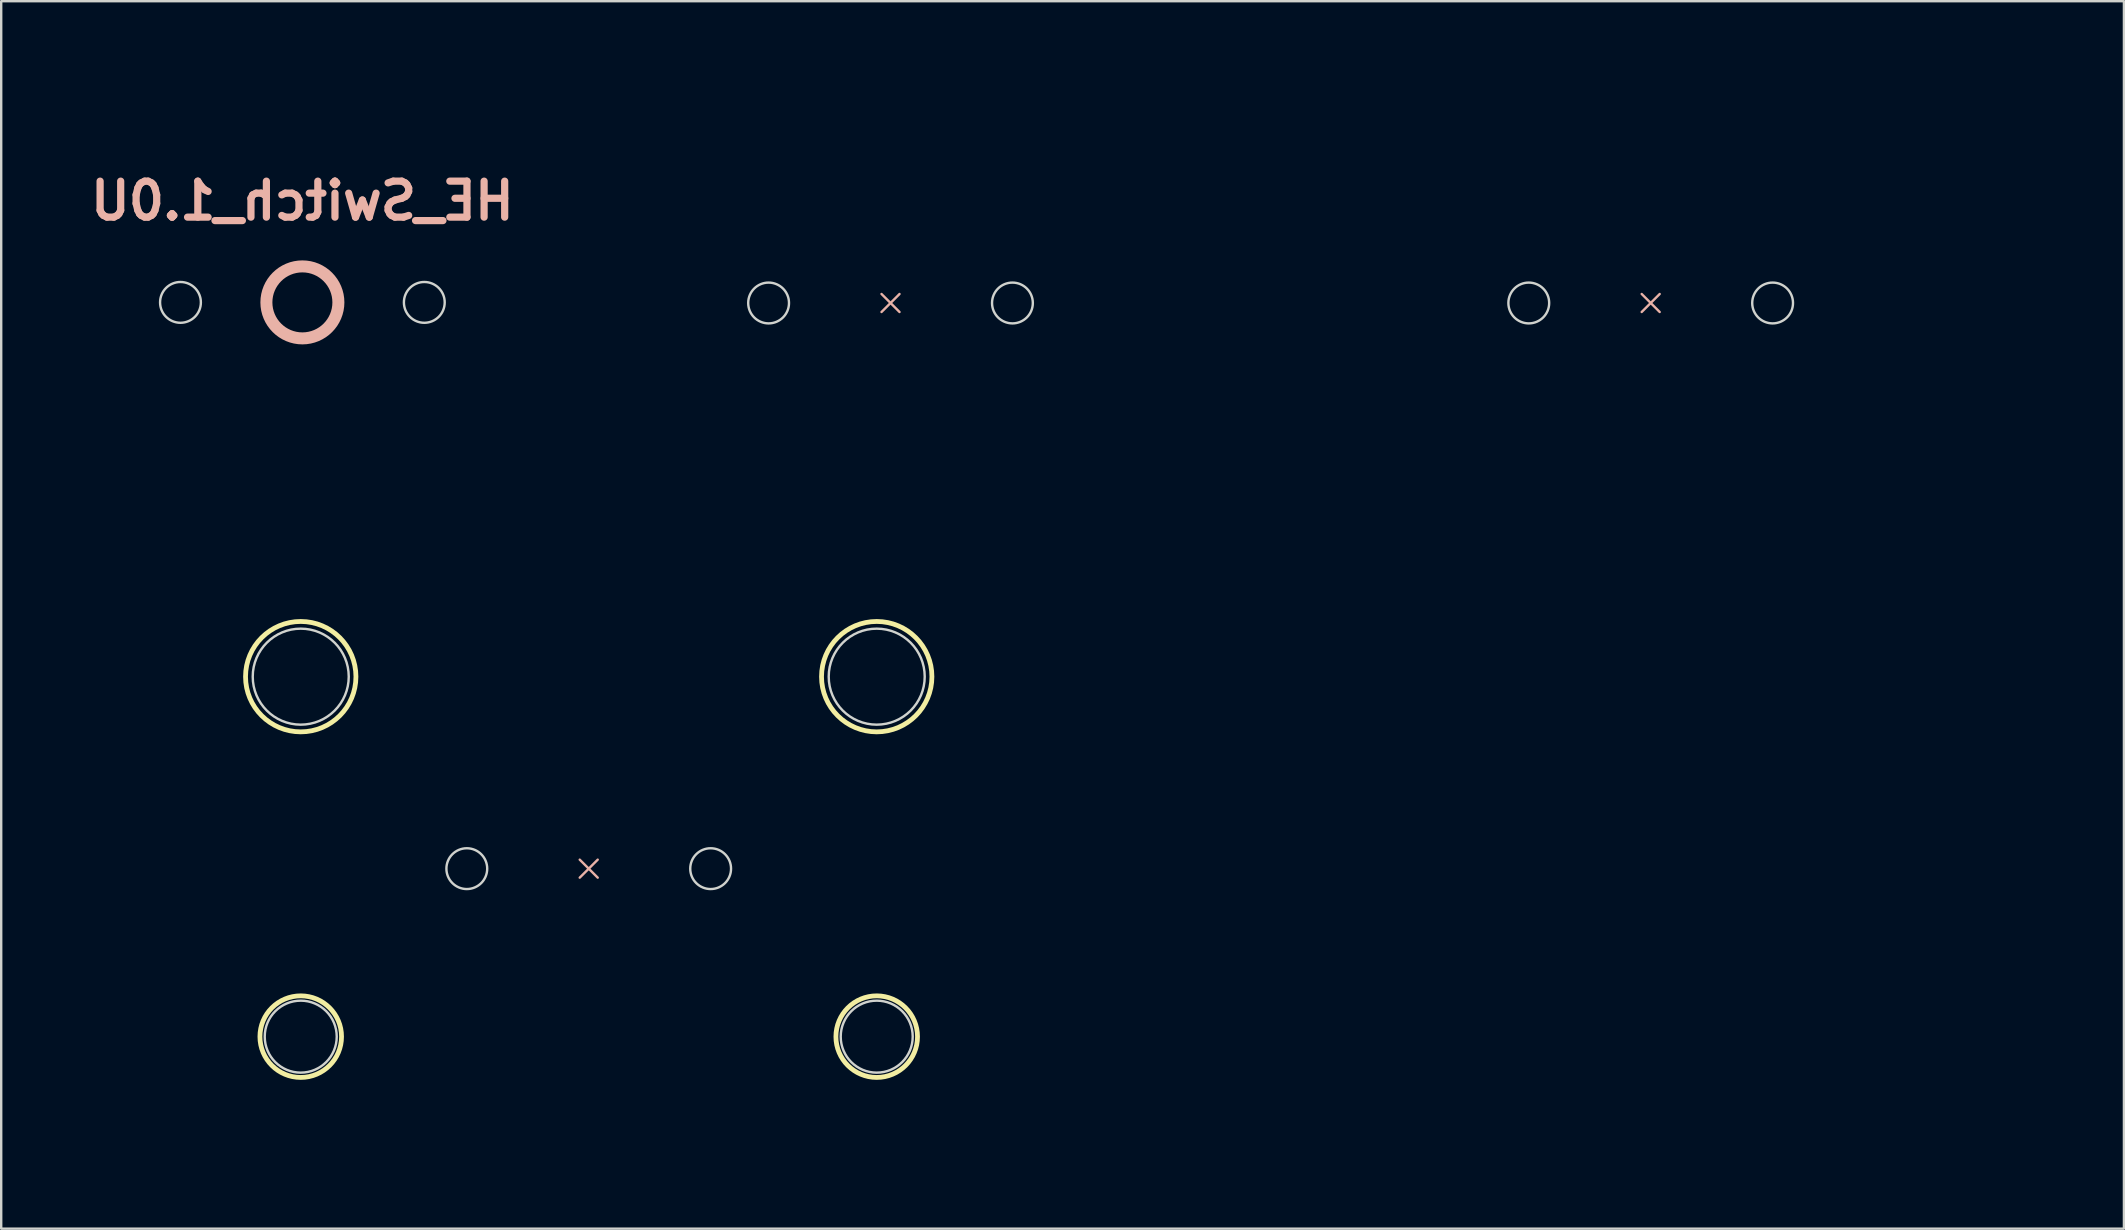
<source format=kicad_pcb>
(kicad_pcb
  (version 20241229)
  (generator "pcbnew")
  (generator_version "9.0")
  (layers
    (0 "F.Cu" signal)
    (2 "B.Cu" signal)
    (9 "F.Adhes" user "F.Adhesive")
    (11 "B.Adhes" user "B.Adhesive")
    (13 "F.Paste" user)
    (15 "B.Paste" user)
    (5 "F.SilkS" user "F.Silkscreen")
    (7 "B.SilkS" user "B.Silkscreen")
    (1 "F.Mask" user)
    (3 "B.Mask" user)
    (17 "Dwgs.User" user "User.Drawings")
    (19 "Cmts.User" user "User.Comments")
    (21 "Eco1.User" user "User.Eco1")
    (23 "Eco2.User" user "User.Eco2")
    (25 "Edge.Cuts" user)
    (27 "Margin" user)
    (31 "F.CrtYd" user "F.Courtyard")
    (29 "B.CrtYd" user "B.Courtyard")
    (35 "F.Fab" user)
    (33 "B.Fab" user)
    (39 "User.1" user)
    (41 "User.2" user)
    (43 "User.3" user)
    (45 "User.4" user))
  (footprint "HE_Switch_2.25U"
    (layer "F.Cu")
    (at 21.481 33.145)
    (property "Reference" "HE_Switch_2.25U" (at 0 -7 0) (unlocked yes) (layer "B.Mask") (effects (font (size 1.5 1.5) (thickness 0.3) (bold yes)) (justify mirror)))
    (attr through_hole)
    (fp_circle (center -12 -8) (end -9.7 -8) (stroke (width 0.2) (type default)) (fill no) (layer "F.SilkS"))
    (fp_circle (center -12 7) (end -10.3 7) (stroke (width 0.2) (type default)) (fill no) (layer "F.SilkS"))
    (fp_circle (center 12 -8) (end 14.3 -8) (stroke (width 0.2) (type default)) (fill no) (layer "F.SilkS"))
    (fp_circle (center 12 7) (end 13.7 7) (stroke (width 0.2) (type default)) (fill no) (layer "F.SilkS"))
    (fp_line (start -0.375 0.375) (end 0.375 -0.375) (stroke (width 0.1) (type default)) (layer "B.SilkS"))
    (fp_line (start 0.375 0.375) (end -0.375 -0.375) (stroke (width 0.1) (type default)) (layer "B.SilkS"))
    (fp_circle (center -12 -8) (end -10 -8) (stroke (width 0.1) (type default)) (fill no) (layer "Edge.Cuts"))
    (fp_circle (center -12 7) (end -10.5 7) (stroke (width 0.1) (type default)) (fill no) (layer "Edge.Cuts"))
    (fp_circle (center -5.08 0) (end -4.23 0) (stroke (width 0.1) (type default)) (fill no) (layer "Edge.Cuts"))
    (fp_circle (center 5.08 0) (end 5.93 0) (stroke (width 0.1) (type default)) (fill no) (layer "Edge.Cuts"))
    (fp_circle (center 12 -8) (end 14 -8) (stroke (width 0.1) (type default)) (fill no) (layer "Edge.Cuts"))
    (fp_circle (center 12 7) (end 13.5 7) (stroke (width 0.1) (type default)) (fill no) (layer "Edge.Cuts"))
    (fp_rect (start -21.431 -9.525) (end 21.431 9.525) (stroke (width 0.1) (type default)) (fill no) (layer "User.3"))
    (zone (net_name "") (layers "F.Cu" "B.Cu") (hatch edge 0.5) (connect_pads) (min_thickness 0.25) (filled_areas_thickness no) (keepout (tracks not_allowed) (vias not_allowed) (pads not_allowed) (copperpour not_allowed) (footprints not_allowed)) (placement (enabled no)) (fill) (polygon (pts (xy 6.681 40.145) (xy 12.281 40.145) (xy 12.281 45.145) (xy 6.681 45.145))))
    (zone (net_name "") (layers "F.Cu" "B.Cu") (hatch edge 0.5) (connect_pads) (min_thickness 0.25) (filled_areas_thickness no) (keepout (tracks not_allowed) (vias not_allowed) (pads not_allowed) (copperpour not_allowed) (footprints not_allowed)) (placement (enabled no)) (fill) (polygon (pts (xy 30.681 40.145) (xy 36.281 40.145) (xy 36.281 45.145) (xy 30.681 45.145))))
    (zone (net_name "") (layers "F.Cu" "B.Cu") (hatch edge 0.5) (connect_pads) (min_thickness 0.25) (filled_areas_thickness no) (keepout (tracks not_allowed) (vias not_allowed) (pads not_allowed) (copperpour not_allowed) (footprints not_allowed)) (placement (enabled no)) (fill) (polygon (pts (xy 17.551 33.145) (xy 17.532 32.934) (xy 17.474 32.729) (xy 17.379 32.54) (xy 17.251 32.37) (xy 17.094 32.227) (xy 16.914 32.115) (xy 16.716 32.039) (xy 16.507 32) (xy 16.295 32) (xy 16.087 32.039) (xy 15.889 32.115) (xy 15.708 32.227) (xy 15.551 32.37) (xy 15.424 32.54) (xy 15.329 32.729) (xy 15.271 32.934) (xy 15.251 33.145) (xy 15.271 33.356) (xy 15.329 33.56) (xy 15.424 33.75) (xy 15.551 33.92) (xy 15.708 34.063) (xy 15.889 34.174) (xy 16.087 34.251) (xy 16.295 34.29) (xy 16.507 34.29) (xy 16.716 34.251) (xy 16.914 34.174) (xy 17.094 34.063) (xy 17.251 33.92) (xy 17.379 33.75) (xy 17.474 33.56) (xy 17.532 33.356))))
    (zone (net_name "") (layers "F.Cu" "B.Cu") (hatch edge 0.5) (connect_pads) (min_thickness 0.25) (filled_areas_thickness no) (keepout (tracks not_allowed) (vias not_allowed) (pads not_allowed) (copperpour not_allowed) (footprints not_allowed)) (placement (enabled no)) (fill) (polygon (pts (xy 27.711 33.145) (xy 27.692 32.934) (xy 27.634 32.729) (xy 27.539 32.54) (xy 27.411 32.37) (xy 27.254 32.227) (xy 27.074 32.115) (xy 26.876 32.039) (xy 26.667 32) (xy 26.455 32) (xy 26.247 32.039) (xy 26.049 32.115) (xy 25.868 32.227) (xy 25.711 32.37) (xy 25.584 32.54) (xy 25.489 32.729) (xy 25.431 32.934) (xy 25.411 33.145) (xy 25.431 33.356) (xy 25.489 33.56) (xy 25.584 33.75) (xy 25.711 33.92) (xy 25.868 34.063) (xy 26.049 34.174) (xy 26.247 34.251) (xy 26.455 34.29) (xy 26.667 34.29) (xy 26.876 34.251) (xy 27.074 34.174) (xy 27.254 34.063) (xy 27.411 33.92) (xy 27.539 33.75) (xy 27.634 33.56) (xy 27.692 33.356))))
    (zone (net_name "") (layers "F.Cu" "B.Cu") (hatch edge 0.5) (connect_pads) (min_thickness 0.25) (filled_areas_thickness no) (keepout (tracks not_allowed) (vias not_allowed) (pads not_allowed) (copperpour not_allowed) (footprints not_allowed)) (placement (enabled no)) (fill) (polygon (pts (xy 12.281 40.145) (xy 12.262 39.82) (xy 12.206 39.499) (xy 12.112 39.187) (xy 11.983 38.888) (xy 11.821 38.606) (xy 11.626 38.345) (xy 11.403 38.108) (xy 11.153 37.899) (xy 10.881 37.72) (xy 10.59 37.574) (xy 10.284 37.463) (xy 9.967 37.387) (xy 9.644 37.35) (xy 9.318 37.35) (xy 8.995 37.387) (xy 8.678 37.463) (xy 8.372 37.574) (xy 8.081 37.72) (xy 7.809 37.899) (xy 7.56 38.108) (xy 7.336 38.345) (xy 7.142 38.606) (xy 6.979 38.888) (xy 6.85 39.187) (xy 6.757 39.499) (xy 6.7 39.82) (xy 6.681 40.145) (xy 6.7 40.47) (xy 6.757 40.791) (xy 6.85 41.103) (xy 6.979 41.402) (xy 7.142 41.684) (xy 7.336 41.945) (xy 7.56 42.182) (xy 7.809 42.391) (xy 8.081 42.57) (xy 8.372 42.716) (xy 8.678 42.827) (xy 8.995 42.902) (xy 9.318 42.94) (xy 9.644 42.94) (xy 9.967 42.902) (xy 10.284 42.827) (xy 10.59 42.716) (xy 10.881 42.57) (xy 11.153 42.391) (xy 11.403 42.182) (xy 11.626 41.945) (xy 11.821 41.684) (xy 11.983 41.402) (xy 12.112 41.103) (xy 12.206 40.791) (xy 12.262 40.47))))
    (zone (net_name "") (layers "F.Cu" "B.Cu") (hatch edge 0.5) (connect_pads) (min_thickness 0.25) (filled_areas_thickness no) (keepout (tracks not_allowed) (vias not_allowed) (pads not_allowed) (copperpour not_allowed) (footprints not_allowed)) (placement (enabled no)) (fill) (polygon (pts (xy 12.481 25.145) (xy 12.461 24.797) (xy 12.4 24.453) (xy 12.3 24.119) (xy 12.162 23.799) (xy 11.988 23.496) (xy 11.779 23.217) (xy 11.54 22.963) (xy 11.273 22.739) (xy 10.981 22.547) (xy 10.669 22.39) (xy 10.342 22.271) (xy 10.002 22.191) (xy 9.656 22.15) (xy 9.307 22.15) (xy 8.96 22.191) (xy 8.621 22.271) (xy 8.293 22.39) (xy 7.981 22.547) (xy 7.69 22.739) (xy 7.423 22.963) (xy 7.183 23.217) (xy 6.975 23.496) (xy 6.8 23.799) (xy 6.662 24.119) (xy 6.562 24.453) (xy 6.502 24.797) (xy 6.481 25.145) (xy 6.502 25.493) (xy 6.562 25.837) (xy 6.662 26.171) (xy 6.8 26.491) (xy 6.975 26.793) (xy 7.183 27.073) (xy 7.423 27.327) (xy 7.69 27.551) (xy 7.981 27.743) (xy 8.293 27.9) (xy 8.621 28.019) (xy 8.96 28.099) (xy 9.307 28.14) (xy 9.656 28.14) (xy 10.002 28.099) (xy 10.342 28.019) (xy 10.669 27.9) (xy 10.981 27.743) (xy 11.273 27.551) (xy 11.54 27.327) (xy 11.779 27.073) (xy 11.988 26.793) (xy 12.162 26.491) (xy 12.3 26.171) (xy 12.4 25.837) (xy 12.461 25.493))))
    (zone (net_name "") (layers "F.Cu" "B.Cu") (hatch edge 0.5) (connect_pads) (min_thickness 0.25) (filled_areas_thickness no) (keepout (tracks not_allowed) (vias not_allowed) (pads not_allowed) (copperpour not_allowed) (footprints not_allowed)) (placement (enabled no)) (fill) (polygon (pts (xy 36.281 40.145) (xy 36.262 39.82) (xy 36.206 39.499) (xy 36.112 39.187) (xy 35.983 38.888) (xy 35.821 38.606) (xy 35.626 38.345) (xy 35.403 38.108) (xy 35.153 37.899) (xy 34.881 37.72) (xy 34.59 37.574) (xy 34.284 37.463) (xy 33.967 37.387) (xy 33.644 37.35) (xy 33.318 37.35) (xy 32.995 37.387) (xy 32.678 37.463) (xy 32.372 37.574) (xy 32.081 37.72) (xy 31.809 37.899) (xy 31.56 38.108) (xy 31.336 38.345) (xy 31.142 38.606) (xy 30.979 38.888) (xy 30.85 39.187) (xy 30.757 39.499) (xy 30.7 39.82) (xy 30.681 40.145) (xy 30.7 40.47) (xy 30.757 40.791) (xy 30.85 41.103) (xy 30.979 41.402) (xy 31.142 41.684) (xy 31.336 41.945) (xy 31.56 42.182) (xy 31.809 42.391) (xy 32.081 42.57) (xy 32.372 42.716) (xy 32.678 42.827) (xy 32.995 42.902) (xy 33.318 42.94) (xy 33.644 42.94) (xy 33.967 42.902) (xy 34.284 42.827) (xy 34.59 42.716) (xy 34.881 42.57) (xy 35.153 42.391) (xy 35.403 42.182) (xy 35.626 41.945) (xy 35.821 41.684) (xy 35.983 41.402) (xy 36.112 41.103) (xy 36.206 40.791) (xy 36.262 40.47))))
    (zone (net_name "") (layers "F.Cu" "B.Cu") (hatch edge 0.5) (connect_pads) (min_thickness 0.25) (filled_areas_thickness no) (keepout (tracks not_allowed) (vias not_allowed) (pads not_allowed) (copperpour not_allowed) (footprints not_allowed)) (placement (enabled no)) (fill) (polygon (pts (xy 36.481 25.145) (xy 36.461 24.797) (xy 36.4 24.453) (xy 36.3 24.119) (xy 36.162 23.799) (xy 35.988 23.496) (xy 35.779 23.217) (xy 35.54 22.963) (xy 35.273 22.739) (xy 34.981 22.547) (xy 34.669 22.39) (xy 34.342 22.271) (xy 34.002 22.191) (xy 33.656 22.15) (xy 33.307 22.15) (xy 32.96 22.191) (xy 32.621 22.271) (xy 32.293 22.39) (xy 31.981 22.547) (xy 31.69 22.739) (xy 31.423 22.963) (xy 31.183 23.217) (xy 30.975 23.496) (xy 30.8 23.799) (xy 30.662 24.119) (xy 30.562 24.453) (xy 30.502 24.797) (xy 30.481 25.145) (xy 30.502 25.493) (xy 30.562 25.837) (xy 30.662 26.171) (xy 30.8 26.491) (xy 30.975 26.793) (xy 31.183 27.073) (xy 31.423 27.327) (xy 31.69 27.551) (xy 31.981 27.743) (xy 32.293 27.9) (xy 32.621 28.019) (xy 32.96 28.099) (xy 33.307 28.14) (xy 33.656 28.14) (xy 34.002 28.099) (xy 34.342 28.019) (xy 34.669 27.9) (xy 34.981 27.743) (xy 35.273 27.551) (xy 35.54 27.327) (xy 35.779 27.073) (xy 35.988 26.793) (xy 36.162 26.491) (xy 36.3 26.171) (xy 36.4 25.837) (xy 36.461 25.493)))))
  (footprint "HE_Switch_1.25U"
    (layer "F.Cu")
    (at 34.056 9.575)
    (property "Reference" "HE_Switch_1.25U" (at 0 -7 0) (unlocked yes) (layer "B.Mask") (effects (font (size 1.5 1.5) (thickness 0.3) (bold yes)) (justify mirror)))
    (attr through_hole)
    (fp_line (start -0.375 0.375) (end 0.375 -0.375) (stroke (width 0.1) (type default)) (layer "B.SilkS"))
    (fp_line (start 0.375 0.375) (end -0.375 -0.375) (stroke (width 0.1) (type default)) (layer "B.SilkS"))
    (fp_circle (center -5.08 0) (end -4.23 0) (stroke (width 0.1) (type default)) (fill no) (layer "Edge.Cuts"))
    (fp_circle (center 5.08 0) (end 5.93 0) (stroke (width 0.1) (type default)) (fill no) (layer "Edge.Cuts"))
    (fp_rect (start -11.906 -9.525) (end 11.906 9.525) (stroke (width 0.1) (type default)) (fill no) (layer "User.3"))
    (zone (net_name "") (layers "F.Cu" "B.Cu") (hatch edge 0.5) (connect_pads) (min_thickness 0.25) (filled_areas_thickness no) (keepout (tracks not_allowed) (vias not_allowed) (pads not_allowed) (copperpour not_allowed) (footprints not_allowed)) (placement (enabled no)) (fill) (polygon (pts (xy 30.126 9.575) (xy 30.107 9.364) (xy 30.049 9.16) (xy 29.954 8.97) (xy 29.826 8.8) (xy 29.669 8.657) (xy 29.489 8.546) (xy 29.291 8.469) (xy 29.082 8.43) (xy 28.87 8.43) (xy 28.662 8.469) (xy 28.464 8.546) (xy 28.283 8.657) (xy 28.126 8.8) (xy 27.998 8.97) (xy 27.904 9.16) (xy 27.846 9.364) (xy 27.826 9.575) (xy 27.846 9.786) (xy 27.904 9.99) (xy 27.998 10.18) (xy 28.126 10.35) (xy 28.283 10.493) (xy 28.464 10.604) (xy 28.662 10.681) (xy 28.87 10.72) (xy 29.082 10.72) (xy 29.291 10.681) (xy 29.489 10.604) (xy 29.669 10.493) (xy 29.826 10.35) (xy 29.954 10.18) (xy 30.049 9.99) (xy 30.107 9.786))))
    (zone (net_name "") (layers "F.Cu" "B.Cu") (hatch edge 0.5) (connect_pads) (min_thickness 0.25) (filled_areas_thickness no) (keepout (tracks not_allowed) (vias not_allowed) (pads not_allowed) (copperpour not_allowed) (footprints not_allowed)) (placement (enabled no)) (fill) (polygon (pts (xy 40.286 9.575) (xy 40.267 9.364) (xy 40.209 9.16) (xy 40.114 8.97) (xy 39.986 8.8) (xy 39.829 8.657) (xy 39.649 8.546) (xy 39.451 8.469) (xy 39.242 8.43) (xy 39.03 8.43) (xy 38.822 8.469) (xy 38.624 8.546) (xy 38.443 8.657) (xy 38.286 8.8) (xy 38.158 8.97) (xy 38.064 9.16) (xy 38.006 9.364) (xy 37.986 9.575) (xy 38.006 9.786) (xy 38.064 9.99) (xy 38.158 10.18) (xy 38.286 10.35) (xy 38.443 10.493) (xy 38.624 10.604) (xy 38.822 10.681) (xy 39.03 10.72) (xy 39.242 10.72) (xy 39.451 10.681) (xy 39.649 10.604) (xy 39.829 10.493) (xy 39.986 10.35) (xy 40.114 10.18) (xy 40.209 9.99) (xy 40.267 9.786)))))
  (footprint "HE_Switch_1.0U"
    (layer "F.Cu")
    (at 9.55 9.55)
    (property "Reference" "HE_Switch_1.0U" (at 0 -4.23 0) (unlocked yes) (layer "B.SilkS") (effects (font (size 1.5 1.5) (thickness 0.3) (bold yes)) (justify mirror)))
    (attr through_hole)
    (fp_circle (center 0 0) (end 1.5 0) (stroke (width 0.5) (type default)) (fill no) (layer "B.SilkS"))
    (fp_circle (center -5.08 0) (end -4.23 0) (stroke (width 0.1) (type default)) (fill no) (layer "Edge.Cuts"))
    (fp_circle (center 5.08 0) (end 5.93 0) (stroke (width 0.1) (type default)) (fill no) (layer "Edge.Cuts"))
    (fp_rect (start -9.525 -9.525) (end 9.525 9.525) (stroke (width 0.05) (type default)) (fill no) (layer "User.3"))
    (zone (net_name "") (layers "F.Cu" "B.Cu") (hatch edge 0.5) (connect_pads) (min_thickness 0.25) (filled_areas_thickness no) (keepout (tracks not_allowed) (vias not_allowed) (pads not_allowed) (copperpour not_allowed) (footprints not_allowed)) (placement (enabled no)) (fill) (polygon (pts (xy 5.62 9.55) (xy 5.6 9.339) (xy 5.542 9.135) (xy 5.448 8.945) (xy 5.32 8.775) (xy 5.163 8.632) (xy 4.983 8.521) (xy 4.785 8.444) (xy 4.576 8.405) (xy 4.364 8.405) (xy 4.155 8.444) (xy 3.957 8.521) (xy 3.777 8.632) (xy 3.62 8.775) (xy 3.492 8.945) (xy 3.398 9.135) (xy 3.34 9.339) (xy 3.32 9.55) (xy 3.34 9.761) (xy 3.398 9.965) (xy 3.492 10.155) (xy 3.62 10.325) (xy 3.777 10.468) (xy 3.957 10.579) (xy 4.155 10.656) (xy 4.364 10.695) (xy 4.576 10.695) (xy 4.785 10.656) (xy 4.983 10.579) (xy 5.163 10.468) (xy 5.32 10.325) (xy 5.448 10.155) (xy 5.542 9.965) (xy 5.6 9.761))))
    (zone (net_name "") (layers "F.Cu" "B.Cu") (hatch edge 0.5) (connect_pads) (min_thickness 0.25) (filled_areas_thickness no) (keepout (tracks not_allowed) (vias not_allowed) (pads not_allowed) (copperpour not_allowed) (footprints not_allowed)) (placement (enabled no)) (fill) (polygon (pts (xy 15.78 9.55) (xy 15.76 9.339) (xy 15.702 9.135) (xy 15.608 8.945) (xy 15.48 8.775) (xy 15.323 8.632) (xy 15.143 8.521) (xy 14.945 8.444) (xy 14.736 8.405) (xy 14.524 8.405) (xy 14.315 8.444) (xy 14.117 8.521) (xy 13.937 8.632) (xy 13.78 8.775) (xy 13.652 8.945) (xy 13.558 9.135) (xy 13.5 9.339) (xy 13.48 9.55) (xy 13.5 9.761) (xy 13.558 9.965) (xy 13.652 10.155) (xy 13.78 10.325) (xy 13.937 10.468) (xy 14.117 10.579) (xy 14.315 10.656) (xy 14.524 10.695) (xy 14.736 10.695) (xy 14.945 10.656) (xy 15.143 10.579) (xy 15.323 10.468) (xy 15.48 10.325) (xy 15.608 10.155) (xy 15.702 9.965) (xy 15.76 9.761)))))
  (footprint "HE_Switch_1.75U"
    (layer "F.Cu")
    (at 65.731 9.575)
    (property "Reference" "HE_Switch_1.75U" (at 0 -7 0) (unlocked yes) (layer "B.Mask") (effects (font (size 1.5 1.5) (thickness 0.3) (bold yes)) (justify mirror)))
    (attr through_hole)
    (fp_line (start -0.375 0.375) (end 0.375 -0.375) (stroke (width 0.1) (type default)) (layer "B.SilkS"))
    (fp_line (start 0.375 0.375) (end -0.375 -0.375) (stroke (width 0.1) (type default)) (layer "B.SilkS"))
    (fp_circle (center -5.08 0) (end -4.23 0) (stroke (width 0.1) (type default)) (fill no) (layer "Edge.Cuts"))
    (fp_circle (center 5.08 0) (end 5.93 0) (stroke (width 0.1) (type default)) (fill no) (layer "Edge.Cuts"))
    (fp_rect (start -16.669 -9.525) (end 16.669 9.525) (stroke (width 0.1) (type default)) (fill no) (layer "User.3"))
    (zone (net_name "") (layers "F.Cu" "B.Cu") (hatch edge 0.5) (connect_pads) (min_thickness 0.25) (filled_areas_thickness no) (keepout (tracks not_allowed) (vias not_allowed) (pads not_allowed) (copperpour not_allowed) (footprints not_allowed)) (placement (enabled no)) (fill) (polygon (pts (xy 61.801 9.575) (xy 61.782 9.364) (xy 61.724 9.16) (xy 61.629 8.97) (xy 61.501 8.8) (xy 61.344 8.657) (xy 61.164 8.546) (xy 60.966 8.469) (xy 60.757 8.43) (xy 60.545 8.43) (xy 60.337 8.469) (xy 60.139 8.546) (xy 59.958 8.657) (xy 59.801 8.8) (xy 59.673 8.97) (xy 59.579 9.16) (xy 59.521 9.364) (xy 59.501 9.575) (xy 59.521 9.786) (xy 59.579 9.99) (xy 59.673 10.18) (xy 59.801 10.35) (xy 59.958 10.493) (xy 60.139 10.604) (xy 60.337 10.681) (xy 60.545 10.72) (xy 60.757 10.72) (xy 60.966 10.681) (xy 61.164 10.604) (xy 61.344 10.493) (xy 61.501 10.35) (xy 61.629 10.18) (xy 61.724 9.99) (xy 61.782 9.786))))
    (zone (net_name "") (layers "F.Cu" "B.Cu") (hatch edge 0.5) (connect_pads) (min_thickness 0.25) (filled_areas_thickness no) (keepout (tracks not_allowed) (vias not_allowed) (pads not_allowed) (copperpour not_allowed) (footprints not_allowed)) (placement (enabled no)) (fill) (polygon (pts (xy 71.961 9.575) (xy 71.942 9.364) (xy 71.884 9.16) (xy 71.789 8.97) (xy 71.661 8.8) (xy 71.504 8.657) (xy 71.324 8.546) (xy 71.126 8.469) (xy 70.917 8.43) (xy 70.705 8.43) (xy 70.497 8.469) (xy 70.299 8.546) (xy 70.118 8.657) (xy 69.961 8.8) (xy 69.834 8.97) (xy 69.739 9.16) (xy 69.681 9.364) (xy 69.661 9.575) (xy 69.681 9.786) (xy 69.739 9.99) (xy 69.834 10.18) (xy 69.961 10.35) (xy 70.118 10.493) (xy 70.299 10.604) (xy 70.497 10.681) (xy 70.705 10.72) (xy 70.917 10.72) (xy 71.126 10.681) (xy 71.324 10.604) (xy 71.504 10.493) (xy 71.661 10.35) (xy 71.789 10.18) (xy 71.884 9.99) (xy 71.942 9.786)))))
  (gr_rect
    (start -3 -3)
    (end 85.45 48.145)
    (stroke (width 0.1) (type default))
    (fill no)
    (layer "Edge.Cuts")))
</source>
